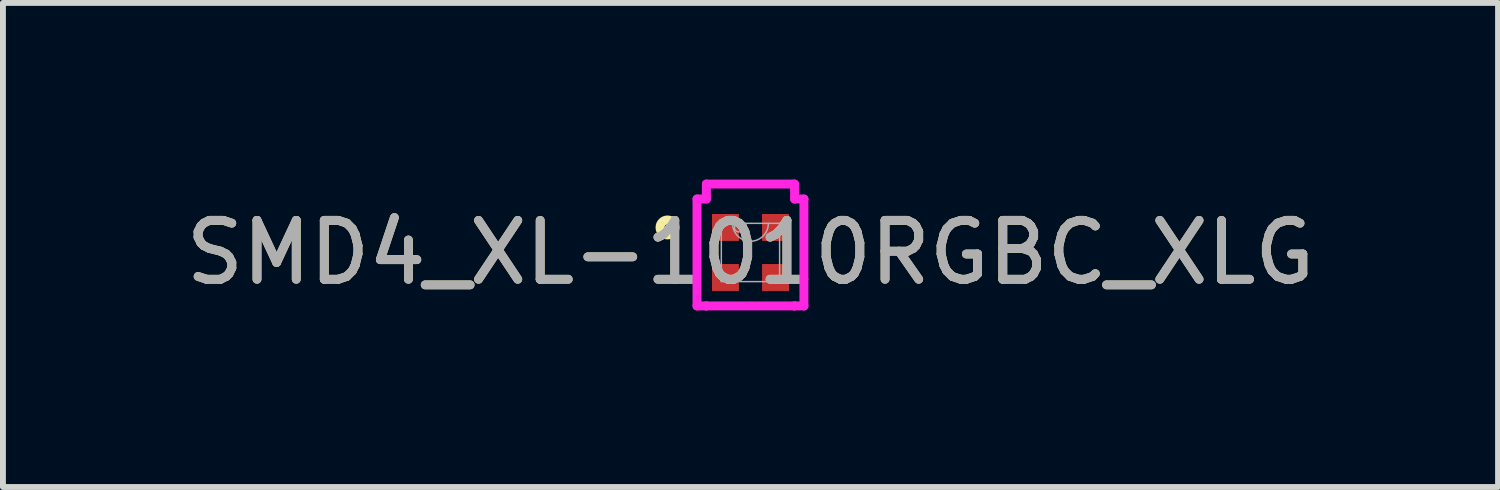
<source format=kicad_pcb>
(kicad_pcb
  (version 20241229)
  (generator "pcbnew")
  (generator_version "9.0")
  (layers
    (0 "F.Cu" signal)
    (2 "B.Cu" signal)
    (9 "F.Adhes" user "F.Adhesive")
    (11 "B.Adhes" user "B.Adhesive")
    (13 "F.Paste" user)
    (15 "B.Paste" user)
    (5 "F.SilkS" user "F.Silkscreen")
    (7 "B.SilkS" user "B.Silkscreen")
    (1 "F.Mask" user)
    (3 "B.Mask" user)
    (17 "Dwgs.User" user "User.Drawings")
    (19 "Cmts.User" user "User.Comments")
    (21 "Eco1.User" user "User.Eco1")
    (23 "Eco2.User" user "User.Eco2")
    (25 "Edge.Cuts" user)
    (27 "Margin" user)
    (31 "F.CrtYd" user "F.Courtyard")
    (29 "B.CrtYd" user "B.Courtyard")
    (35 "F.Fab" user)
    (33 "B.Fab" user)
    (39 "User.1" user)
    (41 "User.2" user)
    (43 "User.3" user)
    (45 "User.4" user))
  (footprint "SMD4_XL-1010RGBC_XLG"
    (layer "F.Cu")
    (at 9.696 1.238)
    (property "Reference" "SMD4_XL-1010RGBC_XLG" (at 0 0 0) (unlocked yes) (layer "F.SilkS") (effects (font (size 1 1) (thickness 0.15))))
    (attr smd)
    (fp_circle (center -1.409 -0.425) (end -1.282 -0.425) (stroke (width 0.152) (type solid)) (fill no) (layer "F.SilkS"))
    (fp_line (start -0.908 -0.908) (end -0.749 -0.908) (stroke (width 0.152) (type solid)) (layer "F.CrtYd"))
    (fp_line (start -0.908 0.908) (end -0.908 -0.908) (stroke (width 0.152) (type solid)) (layer "F.CrtYd"))
    (fp_line (start -0.908 0.908) (end -0.749 0.908) (stroke (width 0.152) (type solid)) (layer "F.CrtYd"))
    (fp_line (start -0.749 -1.162) (end 0.749 -1.162) (stroke (width 0.152) (type solid)) (layer "F.CrtYd"))
    (fp_line (start -0.749 -0.908) (end -0.749 -1.162) (stroke (width 0.152) (type solid)) (layer "F.CrtYd"))
    (fp_line (start -0.749 0.908) (end -0.749 0.908) (stroke (width 0.152) (type solid)) (layer "F.CrtYd"))
    (fp_line (start 0.749 -1.162) (end 0.749 -0.908) (stroke (width 0.152) (type solid)) (layer "F.CrtYd"))
    (fp_line (start 0.749 0.908) (end -0.749 0.908) (stroke (width 0.152) (type solid)) (layer "F.CrtYd"))
    (fp_line (start 0.749 0.908) (end 0.749 0.908) (stroke (width 0.152) (type solid)) (layer "F.CrtYd"))
    (fp_line (start 0.908 -0.908) (end 0.749 -0.908) (stroke (width 0.152) (type solid)) (layer "F.CrtYd"))
    (fp_line (start 0.908 -0.908) (end 0.908 0.908) (stroke (width 0.152) (type solid)) (layer "F.CrtYd"))
    (fp_line (start 0.908 0.908) (end 0.749 0.908) (stroke (width 0.152) (type solid)) (layer "F.CrtYd"))
    (fp_line (start -0.495 -0.495) (end -0.495 0.495) (stroke (width 0.025) (type solid)) (layer "F.Fab"))
    (fp_line (start -0.495 0.495) (end 0.495 0.495) (stroke (width 0.025) (type solid)) (layer "F.Fab"))
    (fp_line (start 0.495 -0.495) (end -0.495 -0.495) (stroke (width 0.025) (type solid)) (layer "F.Fab"))
    (fp_line (start 0.495 0.495) (end 0.495 -0.495) (stroke (width 0.025) (type solid)) (layer "F.Fab"))
    (fp_arc (start 0.3048 -0.4953) (mid 0 -0.1905) (end -0.3048 -0.4953) (stroke (width 0.0254) (type solid)) (layer "F.Fab"))
    (fp_circle (center -0.196 -0.425) (end -0.12 -0.425) (stroke (width 0.025) (type solid)) (fill no) (layer "F.Fab"))
    (fp_text user "${REFERENCE}" (at 0 0 0) (unlocked yes) (layer "F.Fab") (effects (font (size 1 1) (thickness 0.15))))
    (pad "1" smd rect (at -0.425 -0.425) (size 0.457 0.457) (layers "F.Cu" "F.Mask" "F.Paste"))
    (pad "2" smd rect (at 0.425 -0.425) (size 0.457 0.457) (layers "F.Cu" "F.Mask" "F.Paste"))
    (pad "3" smd rect (at -0.425 0.425) (size 0.457 0.457) (layers "F.Cu" "F.Mask" "F.Paste"))
    (pad "4" smd rect (at 0.425 0.425) (size 0.457 0.457) (layers "F.Cu" "F.Mask" "F.Paste")))
  (gr_rect
    (start -3 -3)
    (end 22.393 5.221)
    (stroke (width 0.1) (type default))
    (fill no)
    (layer "Edge.Cuts")))
</source>
